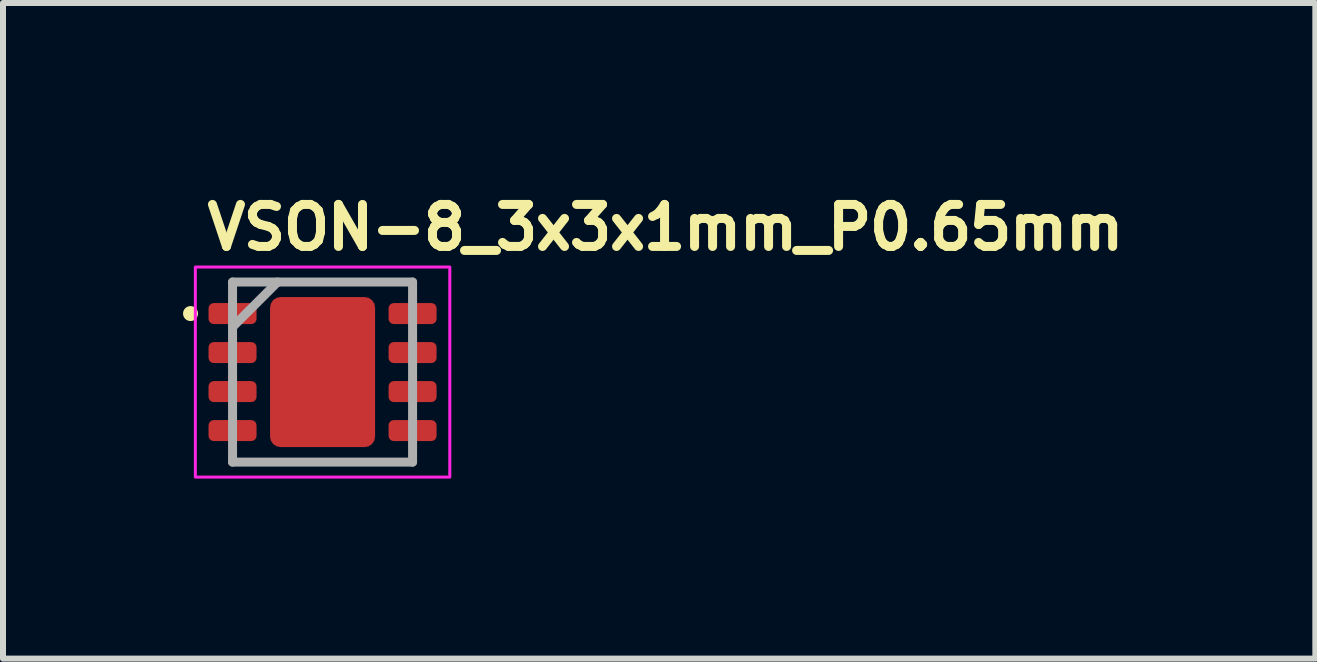
<source format=kicad_pcb>
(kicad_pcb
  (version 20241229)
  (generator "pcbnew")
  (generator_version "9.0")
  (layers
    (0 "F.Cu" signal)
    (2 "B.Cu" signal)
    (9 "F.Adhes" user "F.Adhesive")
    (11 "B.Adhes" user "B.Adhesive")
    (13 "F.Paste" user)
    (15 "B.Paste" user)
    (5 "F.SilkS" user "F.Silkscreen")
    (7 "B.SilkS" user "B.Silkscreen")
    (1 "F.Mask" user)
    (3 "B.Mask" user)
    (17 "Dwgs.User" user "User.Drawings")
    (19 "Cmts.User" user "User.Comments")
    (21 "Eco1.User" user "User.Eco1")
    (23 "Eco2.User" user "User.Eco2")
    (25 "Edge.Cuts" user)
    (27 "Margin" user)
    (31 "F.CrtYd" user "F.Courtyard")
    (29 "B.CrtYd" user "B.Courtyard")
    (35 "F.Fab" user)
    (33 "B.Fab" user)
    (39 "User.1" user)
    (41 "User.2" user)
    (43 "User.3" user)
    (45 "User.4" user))
  (footprint "VSON-8_3x3x1mm_P0.65mm"
    (layer "F.Cu")
    (at 2.325 3.15)
    (property "Reference" "VSON-8_3x3x1mm_P0.65mm" (at -2 -2 0) (layer "F.SilkS") (effects (font (size 0.7 0.7) (thickness 0.15)) (justify left bottom)))
    (attr smd)
    (fp_circle (center -2.2 -0.975) (end -2.15 -0.975) (stroke (width 0.15) (type solid)) (fill yes) (layer "F.SilkS"))
    (fp_rect (start -2.12 -1.75) (end 2.12 1.75) (stroke (width 0.05) (type solid)) (fill no) (layer "F.CrtYd"))
    (fp_line (start -1.5 -1.5) (end 1.5 -1.5) (stroke (width 0.15) (type solid)) (layer "F.Fab"))
    (fp_line (start -1.5 -0.75) (end -0.75 -1.5) (stroke (width 0.15) (type solid)) (layer "F.Fab"))
    (fp_line (start -1.5 1.5) (end -1.5 -1.5) (stroke (width 0.15) (type solid)) (layer "F.Fab"))
    (fp_line (start 1.5 -1.5) (end 1.5 1.5) (stroke (width 0.15) (type solid)) (layer "F.Fab"))
    (fp_line (start 1.5 1.5) (end -1.5 1.5) (stroke (width 0.15) (type solid)) (layer "F.Fab"))
    (fp_rect (start -1.55 -1.5) (end 1.55 1.5) (stroke (width 0.1) (type solid)) (fill no) (layer "User.5"))
    (fp_line (start -1.55 -1.13) (end -1.5 -1.13) (stroke (width 0.02) (type solid)) (layer "User.9"))
    (fp_line (start -1.55 -0.82) (end -1.55 -1.13) (stroke (width 0.02) (type solid)) (layer "User.9"))
    (fp_line (start -1.55 -0.82) (end -1.5 -0.82) (stroke (width 0.02) (type solid)) (layer "User.9"))
    (fp_line (start -1.55 -0.48) (end -1.5 -0.48) (stroke (width 0.02) (type solid)) (layer "User.9"))
    (fp_line (start -1.55 -0.17) (end -1.55 -0.48) (stroke (width 0.02) (type solid)) (layer "User.9"))
    (fp_line (start -1.55 -0.17) (end -1.5 -0.17) (stroke (width 0.02) (type solid)) (layer "User.9"))
    (fp_line (start -1.55 0.17) (end -1.5 0.17) (stroke (width 0.02) (type solid)) (layer "User.9"))
    (fp_line (start -1.55 0.48) (end -1.55 0.17) (stroke (width 0.02) (type solid)) (layer "User.9"))
    (fp_line (start -1.55 0.48) (end -1.5 0.48) (stroke (width 0.02) (type solid)) (layer "User.9"))
    (fp_line (start -1.55 0.82) (end -1.5 0.82) (stroke (width 0.02) (type solid)) (layer "User.9"))
    (fp_line (start -1.55 1.13) (end -1.55 0.82) (stroke (width 0.02) (type solid)) (layer "User.9"))
    (fp_line (start -1.55 1.13) (end -1.5 1.13) (stroke (width 0.02) (type solid)) (layer "User.9"))
    (fp_line (start -1.5 -1.5) (end 1.5 -1.5) (stroke (width 0.02) (type solid)) (layer "User.9"))
    (fp_line (start -1.5 1.5) (end -1.5 -1.5) (stroke (width 0.02) (type solid)) (layer "User.9"))
    (fp_line (start -1.5 1.5) (end 1.5 1.5) (stroke (width 0.02) (type solid)) (layer "User.9"))
    (fp_line (start -1.312 -1.144) (end -1.312 -1.135) (stroke (width 0.02) (type solid)) (layer "User.9"))
    (fp_line (start -1.312 -1.135) (end -1.312 -1.125) (stroke (width 0.02) (type solid)) (layer "User.9"))
    (fp_line (start -1.312 -1.125) (end -1.312 -1.125) (stroke (width 0.02) (type solid)) (layer "User.9"))
    (fp_line (start -1.312 -1.125) (end -1.312 -1.115) (stroke (width 0.02) (type solid)) (layer "User.9"))
    (fp_line (start -1.312 -1.115) (end -1.312 -1.106) (stroke (width 0.02) (type solid)) (layer "User.9"))
    (fp_line (start -1.312 -1.106) (end -1.31 -1.096) (stroke (width 0.02) (type solid)) (layer "User.9"))
    (fp_line (start -1.31 -1.154) (end -1.312 -1.144) (stroke (width 0.02) (type solid)) (layer "User.9"))
    (fp_line (start -1.31 -1.096) (end -1.309 -1.087) (stroke (width 0.02) (type solid)) (layer "User.9"))
    (fp_line (start -1.309 -1.163) (end -1.31 -1.154) (stroke (width 0.02) (type solid)) (layer "User.9"))
    (fp_line (start -1.309 -1.087) (end -1.307 -1.078) (stroke (width 0.02) (type solid)) (layer "User.9"))
    (fp_line (start -1.307 -1.172) (end -1.309 -1.163) (stroke (width 0.02) (type solid)) (layer "User.9"))
    (fp_line (start -1.307 -1.078) (end -1.304 -1.069) (stroke (width 0.02) (type solid)) (layer "User.9"))
    (fp_line (start -1.304 -1.181) (end -1.307 -1.172) (stroke (width 0.02) (type solid)) (layer "User.9"))
    (fp_line (start -1.304 -1.069) (end -1.301 -1.061) (stroke (width 0.02) (type solid)) (layer "User.9"))
    (fp_line (start -1.301 -1.189) (end -1.304 -1.181) (stroke (width 0.02) (type solid)) (layer "User.9"))
    (fp_line (start -1.301 -1.061) (end -1.298 -1.052) (stroke (width 0.02) (type solid)) (layer "User.9"))
    (fp_line (start -1.298 -1.198) (end -1.301 -1.189) (stroke (width 0.02) (type solid)) (layer "User.9"))
    (fp_line (start -1.298 -1.052) (end -1.294 -1.044) (stroke (width 0.02) (type solid)) (layer "User.9"))
    (fp_line (start -1.294 -1.206) (end -1.298 -1.198) (stroke (width 0.02) (type solid)) (layer "User.9"))
    (fp_line (start -1.294 -1.044) (end -1.29 -1.036) (stroke (width 0.02) (type solid)) (layer "User.9"))
    (fp_line (start -1.29 -1.214) (end -1.294 -1.206) (stroke (width 0.02) (type solid)) (layer "User.9"))
    (fp_line (start -1.29 -1.036) (end -1.285 -1.028) (stroke (width 0.02) (type solid)) (layer "User.9"))
    (fp_line (start -1.285 -1.222) (end -1.29 -1.214) (stroke (width 0.02) (type solid)) (layer "User.9"))
    (fp_line (start -1.285 -1.028) (end -1.28 -1.02) (stroke (width 0.02) (type solid)) (layer "User.9"))
    (fp_line (start -1.28 -1.23) (end -1.285 -1.222) (stroke (width 0.02) (type solid)) (layer "User.9"))
    (fp_line (start -1.28 -1.02) (end -1.275 -1.013) (stroke (width 0.02) (type solid)) (layer "User.9"))
    (fp_line (start -1.275 -1.237) (end -1.28 -1.23) (stroke (width 0.02) (type solid)) (layer "User.9"))
    (fp_line (start -1.275 -1.013) (end -1.27 -1.006) (stroke (width 0.02) (type solid)) (layer "User.9"))
    (fp_line (start -1.27 -1.244) (end -1.275 -1.237) (stroke (width 0.02) (type solid)) (layer "User.9"))
    (fp_line (start -1.27 -1.006) (end -1.264 -0.999) (stroke (width 0.02) (type solid)) (layer "User.9"))
    (fp_line (start -1.264 -1.251) (end -1.27 -1.244) (stroke (width 0.02) (type solid)) (layer "User.9"))
    (fp_line (start -1.264 -0.999) (end -1.258 -0.992) (stroke (width 0.02) (type solid)) (layer "User.9"))
    (fp_line (start -1.258 -1.258) (end -1.264 -1.251) (stroke (width 0.02) (type solid)) (layer "User.9"))
    (fp_line (start -1.258 -0.992) (end -1.251 -0.986) (stroke (width 0.02) (type solid)) (layer "User.9"))
    (fp_line (start -1.251 -1.264) (end -1.258 -1.258) (stroke (width 0.02) (type solid)) (layer "User.9"))
    (fp_line (start -1.251 -0.986) (end -1.244 -0.98) (stroke (width 0.02) (type solid)) (layer "User.9"))
    (fp_line (start -1.244 -1.27) (end -1.251 -1.264) (stroke (width 0.02) (type solid)) (layer "User.9"))
    (fp_line (start -1.244 -0.98) (end -1.237 -0.975) (stroke (width 0.02) (type solid)) (layer "User.9"))
    (fp_line (start -1.237 -1.275) (end -1.244 -1.27) (stroke (width 0.02) (type solid)) (layer "User.9"))
    (fp_line (start -1.237 -0.975) (end -1.23 -0.97) (stroke (width 0.02) (type solid)) (layer "User.9"))
    (fp_line (start -1.23 -1.28) (end -1.237 -1.275) (stroke (width 0.02) (type solid)) (layer "User.9"))
    (fp_line (start -1.23 -0.97) (end -1.222 -0.965) (stroke (width 0.02) (type solid)) (layer "User.9"))
    (fp_line (start -1.222 -1.285) (end -1.23 -1.28) (stroke (width 0.02) (type solid)) (layer "User.9"))
    (fp_line (start -1.222 -0.965) (end -1.214 -0.96) (stroke (width 0.02) (type solid)) (layer "User.9"))
    (fp_line (start -1.214 -1.29) (end -1.222 -1.285) (stroke (width 0.02) (type solid)) (layer "User.9"))
    (fp_line (start -1.214 -0.96) (end -1.206 -0.956) (stroke (width 0.02) (type solid)) (layer "User.9"))
    (fp_line (start -1.206 -1.294) (end -1.214 -1.29) (stroke (width 0.02) (type solid)) (layer "User.9"))
    (fp_line (start -1.206 -0.956) (end -1.198 -0.952) (stroke (width 0.02) (type solid)) (layer "User.9"))
    (fp_line (start -1.198 -1.298) (end -1.206 -1.294) (stroke (width 0.02) (type solid)) (layer "User.9"))
    (fp_line (start -1.198 -0.952) (end -1.189 -0.949) (stroke (width 0.02) (type solid)) (layer "User.9"))
    (fp_line (start -1.189 -1.301) (end -1.198 -1.298) (stroke (width 0.02) (type solid)) (layer "User.9"))
    (fp_line (start -1.189 -0.949) (end -1.181 -0.946) (stroke (width 0.02) (type solid)) (layer "User.9"))
    (fp_line (start -1.181 -1.304) (end -1.189 -1.301) (stroke (width 0.02) (type solid)) (layer "User.9"))
    (fp_line (start -1.181 -0.946) (end -1.172 -0.943) (stroke (width 0.02) (type solid)) (layer "User.9"))
    (fp_line (start -1.172 -1.307) (end -1.181 -1.304) (stroke (width 0.02) (type solid)) (layer "User.9"))
    (fp_line (start -1.172 -0.943) (end -1.163 -0.941) (stroke (width 0.02) (type solid)) (layer "User.9"))
    (fp_line (start -1.163 -1.309) (end -1.172 -1.307) (stroke (width 0.02) (type solid)) (layer "User.9"))
    (fp_line (start -1.163 -0.941) (end -1.154 -0.94) (stroke (width 0.02) (type solid)) (layer "User.9"))
    (fp_line (start -1.154 -1.31) (end -1.163 -1.309) (stroke (width 0.02) (type solid)) (layer "User.9"))
    (fp_line (start -1.154 -0.94) (end -1.144 -0.938) (stroke (width 0.02) (type solid)) (layer "User.9"))
    (fp_line (start -1.144 -1.312) (end -1.154 -1.31) (stroke (width 0.02) (type solid)) (layer "User.9"))
    (fp_line (start -1.144 -0.938) (end -1.135 -0.938) (stroke (width 0.02) (type solid)) (layer "User.9"))
    (fp_line (start -1.135 -1.312) (end -1.144 -1.312) (stroke (width 0.02) (type solid)) (layer "User.9"))
    (fp_line (start -1.135 -0.938) (end -1.125 -0.938) (stroke (width 0.02) (type solid)) (layer "User.9"))
    (fp_line (start -1.125 -1.312) (end -1.135 -1.312) (stroke (width 0.02) (type solid)) (layer "User.9"))
    (fp_line (start -1.125 -1.312) (end -1.125 -1.312) (stroke (width 0.02) (type solid)) (layer "User.9"))
    (fp_line (start -1.125 -0.938) (end -1.125 -0.938) (stroke (width 0.02) (type solid)) (layer "User.9"))
    (fp_line (start -1.125 -0.938) (end -1.115 -0.938) (stroke (width 0.02) (type solid)) (layer "User.9"))
    (fp_line (start -1.115 -1.312) (end -1.125 -1.312) (stroke (width 0.02) (type solid)) (layer "User.9"))
    (fp_line (start -1.115 -0.938) (end -1.106 -0.938) (stroke (width 0.02) (type solid)) (layer "User.9"))
    (fp_line (start -1.106 -1.312) (end -1.115 -1.312) (stroke (width 0.02) (type solid)) (layer "User.9"))
    (fp_line (start -1.106 -0.938) (end -1.096 -0.94) (stroke (width 0.02) (type solid)) (layer "User.9"))
    (fp_line (start -1.096 -1.31) (end -1.106 -1.312) (stroke (width 0.02) (type solid)) (layer "User.9"))
    (fp_line (start -1.096 -0.94) (end -1.087 -0.941) (stroke (width 0.02) (type solid)) (layer "User.9"))
    (fp_line (start -1.087 -1.309) (end -1.096 -1.31) (stroke (width 0.02) (type solid)) (layer "User.9"))
    (fp_line (start -1.087 -0.941) (end -1.078 -0.943) (stroke (width 0.02) (type solid)) (layer "User.9"))
    (fp_line (start -1.078 -1.307) (end -1.087 -1.309) (stroke (width 0.02) (type solid)) (layer "User.9"))
    (fp_line (start -1.078 -0.943) (end -1.069 -0.946) (stroke (width 0.02) (type solid)) (layer "User.9"))
    (fp_line (start -1.069 -1.304) (end -1.078 -1.307) (stroke (width 0.02) (type solid)) (layer "User.9"))
    (fp_line (start -1.069 -0.946) (end -1.061 -0.949) (stroke (width 0.02) (type solid)) (layer "User.9"))
    (fp_line (start -1.061 -1.301) (end -1.069 -1.304) (stroke (width 0.02) (type solid)) (layer "User.9"))
    (fp_line (start -1.061 -0.949) (end -1.052 -0.952) (stroke (width 0.02) (type solid)) (layer "User.9"))
    (fp_line (start -1.052 -1.298) (end -1.061 -1.301) (stroke (width 0.02) (type solid)) (layer "User.9"))
    (fp_line (start -1.052 -0.952) (end -1.044 -0.956) (stroke (width 0.02) (type solid)) (layer "User.9"))
    (fp_line (start -1.044 -1.294) (end -1.052 -1.298) (stroke (width 0.02) (type solid)) (layer "User.9"))
    (fp_line (start -1.044 -0.956) (end -1.036 -0.96) (stroke (width 0.02) (type solid)) (layer "User.9"))
    (fp_line (start -1.036 -1.29) (end -1.044 -1.294) (stroke (width 0.02) (type solid)) (layer "User.9"))
    (fp_line (start -1.036 -0.96) (end -1.028 -0.965) (stroke (width 0.02) (type solid)) (layer "User.9"))
    (fp_line (start -1.028 -1.285) (end -1.036 -1.29) (stroke (width 0.02) (type solid)) (layer "User.9"))
    (fp_line (start -1.028 -0.965) (end -1.02 -0.97) (stroke (width 0.02) (type solid)) (layer "User.9"))
    (fp_line (start -1.02 -1.28) (end -1.028 -1.285) (stroke (width 0.02) (type solid)) (layer "User.9"))
    (fp_line (start -1.02 -0.97) (end -1.013 -0.975) (stroke (width 0.02) (type solid)) (layer "User.9"))
    (fp_line (start -1.013 -1.275) (end -1.02 -1.28) (stroke (width 0.02) (type solid)) (layer "User.9"))
    (fp_line (start -1.013 -0.975) (end -1.006 -0.98) (stroke (width 0.02) (type solid)) (layer "User.9"))
    (fp_line (start -1.006 -1.27) (end -1.013 -1.275) (stroke (width 0.02) (type solid)) (layer "User.9"))
    (fp_line (start -1.006 -0.98) (end -0.999 -0.986) (stroke (width 0.02) (type solid)) (layer "User.9"))
    (fp_line (start -0.999 -1.264) (end -1.006 -1.27) (stroke (width 0.02) (type solid)) (layer "User.9"))
    (fp_line (start -0.999 -0.986) (end -0.992 -0.992) (stroke (width 0.02) (type solid)) (layer "User.9"))
    (fp_line (start -0.992 -1.258) (end -0.999 -1.264) (stroke (width 0.02) (type solid)) (layer "User.9"))
    (fp_line (start -0.992 -0.992) (end -0.986 -0.999) (stroke (width 0.02) (type solid)) (layer "User.9"))
    (fp_line (start -0.986 -1.251) (end -0.992 -1.258) (stroke (width 0.02) (type solid)) (layer "User.9"))
    (fp_line (start -0.986 -0.999) (end -0.98 -1.006) (stroke (width 0.02) (type solid)) (layer "User.9"))
    (fp_line (start -0.98 -1.244) (end -0.986 -1.251) (stroke (width 0.02) (type solid)) (layer "User.9"))
    (fp_line (start -0.98 -1.006) (end -0.975 -1.013) (stroke (width 0.02) (type solid)) (layer "User.9"))
    (fp_line (start -0.975 -1.237) (end -0.98 -1.244) (stroke (width 0.02) (type solid)) (layer "User.9"))
    (fp_line (start -0.975 -1.013) (end -0.97 -1.02) (stroke (width 0.02) (type solid)) (layer "User.9"))
    (fp_line (start -0.97 -1.23) (end -0.975 -1.237) (stroke (width 0.02) (type solid)) (layer "User.9"))
    (fp_line (start -0.97 -1.02) (end -0.965 -1.028) (stroke (width 0.02) (type solid)) (layer "User.9"))
    (fp_line (start -0.965 -1.222) (end -0.97 -1.23) (stroke (width 0.02) (type solid)) (layer "User.9"))
    (fp_line (start -0.965 -1.028) (end -0.96 -1.036) (stroke (width 0.02) (type solid)) (layer "User.9"))
    (fp_line (start -0.96 -1.214) (end -0.965 -1.222) (stroke (width 0.02) (type solid)) (layer "User.9"))
    (fp_line (start -0.96 -1.036) (end -0.956 -1.044) (stroke (width 0.02) (type solid)) (layer "User.9"))
    (fp_line (start -0.956 -1.206) (end -0.96 -1.214) (stroke (width 0.02) (type solid)) (layer "User.9"))
    (fp_line (start -0.956 -1.044) (end -0.952 -1.052) (stroke (width 0.02) (type solid)) (layer "User.9"))
    (fp_line (start -0.952 -1.198) (end -0.956 -1.206) (stroke (width 0.02) (type solid)) (layer "User.9"))
    (fp_line (start -0.952 -1.052) (end -0.949 -1.061) (stroke (width 0.02) (type solid)) (layer "User.9"))
    (fp_line (start -0.949 -1.189) (end -0.952 -1.198) (stroke (width 0.02) (type solid)) (layer "User.9"))
    (fp_line (start -0.949 -1.061) (end -0.946 -1.069) (stroke (width 0.02) (type solid)) (layer "User.9"))
    (fp_line (start -0.946 -1.181) (end -0.949 -1.189) (stroke (width 0.02) (type solid)) (layer "User.9"))
    (fp_line (start -0.946 -1.069) (end -0.943 -1.078) (stroke (width 0.02) (type solid)) (layer "User.9"))
    (fp_line (start -0.943 -1.172) (end -0.946 -1.181) (stroke (width 0.02) (type solid)) (layer "User.9"))
    (fp_line (start -0.943 -1.078) (end -0.941 -1.087) (stroke (width 0.02) (type solid)) (layer "User.9"))
    (fp_line (start -0.941 -1.163) (end -0.943 -1.172) (stroke (width 0.02) (type solid)) (layer "User.9"))
    (fp_line (start -0.941 -1.087) (end -0.94 -1.096) (stroke (width 0.02) (type solid)) (layer "User.9"))
    (fp_line (start -0.94 -1.154) (end -0.941 -1.163) (stroke (width 0.02) (type solid)) (layer "User.9"))
    (fp_line (start -0.94 -1.096) (end -0.938 -1.106) (stroke (width 0.02) (type solid)) (layer "User.9"))
    (fp_line (start -0.938 -1.144) (end -0.94 -1.154) (stroke (width 0.02) (type solid)) (layer "User.9"))
    (fp_line (start -0.938 -1.135) (end -0.938 -1.144) (stroke (width 0.02) (type solid)) (layer "User.9"))
    (fp_line (start -0.938 -1.125) (end -0.938 -1.135) (stroke (width 0.02) (type solid)) (layer "User.9"))
    (fp_line (start -0.938 -1.125) (end -0.938 -1.125) (stroke (width 0.02) (type solid)) (layer "User.9"))
    (fp_line (start -0.938 -1.125) (end -0.938 -1.125) (stroke (width 0.02) (type solid)) (layer "User.9"))
    (fp_line (start -0.938 -1.115) (end -0.938 -1.125) (stroke (width 0.02) (type solid)) (layer "User.9"))
    (fp_line (start -0.938 -1.106) (end -0.938 -1.115) (stroke (width 0.02) (type solid)) (layer "User.9"))
    (fp_line (start 1.5 1.5) (end 1.5 -1.5) (stroke (width 0.02) (type solid)) (layer "User.9"))
    (fp_line (start 1.55 -1.13) (end 1.5 -1.13) (stroke (width 0.02) (type solid)) (layer "User.9"))
    (fp_line (start 1.55 -0.82) (end 1.5 -0.82) (stroke (width 0.02) (type solid)) (layer "User.9"))
    (fp_line (start 1.55 -0.82) (end 1.55 -1.13) (stroke (width 0.02) (type solid)) (layer "User.9"))
    (fp_line (start 1.55 -0.48) (end 1.5 -0.48) (stroke (width 0.02) (type solid)) (layer "User.9"))
    (fp_line (start 1.55 -0.17) (end 1.5 -0.17) (stroke (width 0.02) (type solid)) (layer "User.9"))
    (fp_line (start 1.55 -0.17) (end 1.55 -0.48) (stroke (width 0.02) (type solid)) (layer "User.9"))
    (fp_line (start 1.55 0.17) (end 1.5 0.17) (stroke (width 0.02) (type solid)) (layer "User.9"))
    (fp_line (start 1.55 0.48) (end 1.5 0.48) (stroke (width 0.02) (type solid)) (layer "User.9"))
    (fp_line (start 1.55 0.48) (end 1.55 0.17) (stroke (width 0.02) (type solid)) (layer "User.9"))
    (fp_line (start 1.55 0.82) (end 1.5 0.82) (stroke (width 0.02) (type solid)) (layer "User.9"))
    (fp_line (start 1.55 1.13) (end 1.5 1.13) (stroke (width 0.02) (type solid)) (layer "User.9"))
    (fp_line (start 1.55 1.13) (end 1.55 0.82) (stroke (width 0.02) (type solid)) (layer "User.9"))
    (pad "1" smd roundrect (at -1.5 -0.975 90) (size 0.35 0.8) (layers "F.Cu" "F.Mask" "F.Paste") (roundrect_rratio 0.25))
    (pad "2" smd roundrect (at -1.5 -0.325 90) (size 0.35 0.8) (layers "F.Cu" "F.Mask" "F.Paste") (roundrect_rratio 0.25))
    (pad "3" smd roundrect (at -1.5 0.325 90) (size 0.35 0.8) (layers "F.Cu" "F.Mask" "F.Paste") (roundrect_rratio 0.25))
    (pad "4" smd roundrect (at -1.5 0.975 90) (size 0.35 0.8) (layers "F.Cu" "F.Mask" "F.Paste") (roundrect_rratio 0.25))
    (pad "5" smd roundrect (at 1.5 0.975 90) (size 0.35 0.8) (layers "F.Cu" "F.Mask" "F.Paste") (roundrect_rratio 0.25))
    (pad "6" smd roundrect (at 1.5 0.325 90) (size 0.35 0.8) (layers "F.Cu" "F.Mask" "F.Paste") (roundrect_rratio 0.25))
    (pad "7" smd roundrect (at 1.5 -0.325 90) (size 0.35 0.8) (layers "F.Cu" "F.Mask" "F.Paste") (roundrect_rratio 0.25))
    (pad "8" smd roundrect (at 1.5 -0.975 90) (size 0.35 0.8) (layers "F.Cu" "F.Mask" "F.Paste") (roundrect_rratio 0.25))
    (pad "9" smd roundrect (at 0 0) (size 1.75 2.5) (layers "F.Cu" "F.Mask" "F.Paste") (roundrect_rratio 0.1)))
  (gr_rect
    (start -3 -3)
    (end 18.868 7.925)
    (stroke (width 0.1) (type default))
    (fill no)
    (layer "Edge.Cuts")))
</source>
